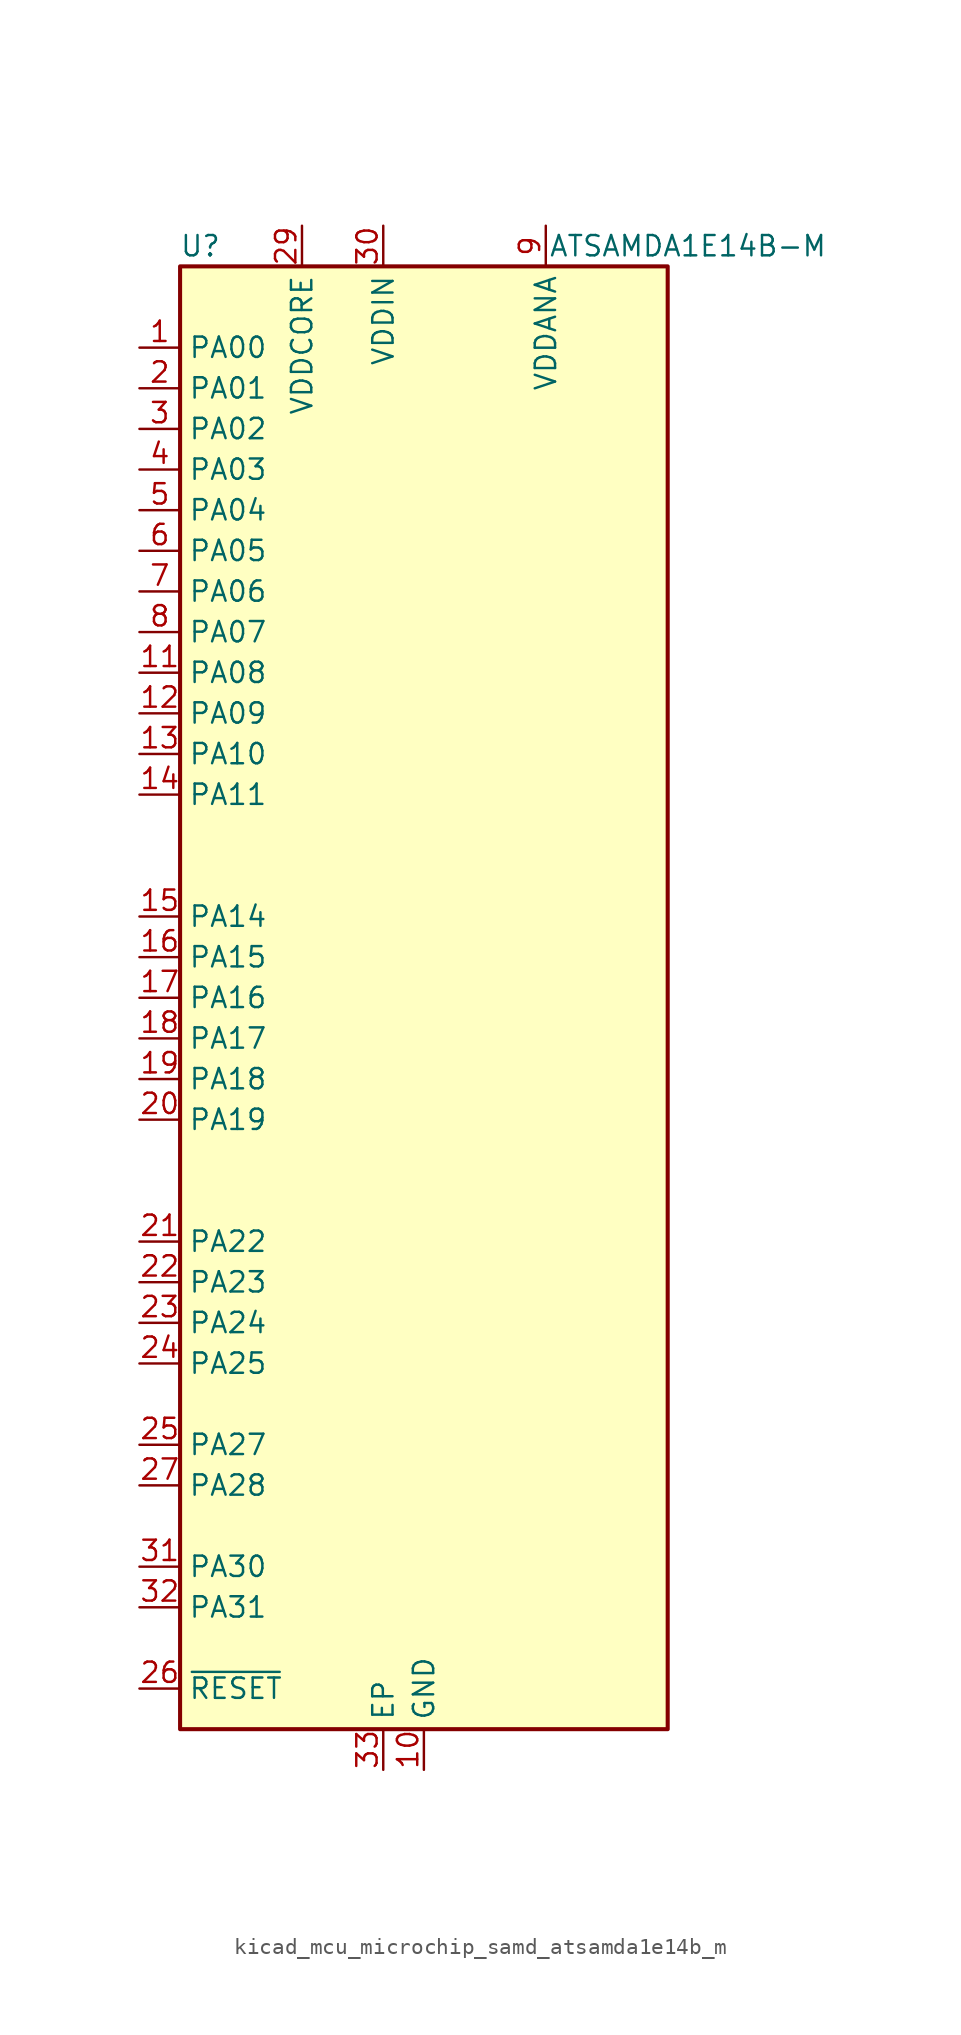
<source format=kicad_sym>
(kicad_symbol_lib
  (version 20220914)
  (generator kicad_symbol_editor)
  (symbol "kicad_mcu_microchip_samd_atsamda1e14b_m"
    (property "Reference" "U"
      (at -13.97 46.99 0)
      (effects (font (size 1.27 1.27))))
    (property "Value" "ATSAMDA1E14B-M"
      (at 16.51 46.99 0)
      (effects (font (size 1.27 1.27))))
    (symbol "kicad_mcu_microchip_samd_atsamda1e14b_m_1_1"
      (rectangle (start -15.24 45.72) (end 15.24 -45.72) (stroke (width 0.254) (type default)) (fill (type background)))
      (pin bidirectional line (at -17.78 40.64 0) (length 2.54) (name "PA00" (effects (font (size 1.27 1.27)))) (number "1" (effects (font (size 1.27 1.27)))))
      (pin power_in line (at 0 -48.26 90) (length 2.54) (name "GND" (effects (font (size 1.27 1.27)))) (number "10" (effects (font (size 1.27 1.27)))))
      (pin bidirectional line (at -17.78 20.32 0) (length 2.54) (name "PA08" (effects (font (size 1.27 1.27)))) (number "11" (effects (font (size 1.27 1.27)))))
      (pin bidirectional line (at -17.78 17.78 0) (length 2.54) (name "PA09" (effects (font (size 1.27 1.27)))) (number "12" (effects (font (size 1.27 1.27)))))
      (pin bidirectional line (at -17.78 15.24 0) (length 2.54) (name "PA10" (effects (font (size 1.27 1.27)))) (number "13" (effects (font (size 1.27 1.27)))))
      (pin bidirectional line (at -17.78 12.7 0) (length 2.54) (name "PA11" (effects (font (size 1.27 1.27)))) (number "14" (effects (font (size 1.27 1.27)))))
      (pin bidirectional line (at -17.78 5.08 0) (length 2.54) (name "PA14" (effects (font (size 1.27 1.27)))) (number "15" (effects (font (size 1.27 1.27)))))
      (pin bidirectional line (at -17.78 2.54 0) (length 2.54) (name "PA15" (effects (font (size 1.27 1.27)))) (number "16" (effects (font (size 1.27 1.27)))))
      (pin bidirectional line (at -17.78 0 0) (length 2.54) (name "PA16" (effects (font (size 1.27 1.27)))) (number "17" (effects (font (size 1.27 1.27)))))
      (pin bidirectional line (at -17.78 -2.54 0) (length 2.54) (name "PA17" (effects (font (size 1.27 1.27)))) (number "18" (effects (font (size 1.27 1.27)))))
      (pin bidirectional line (at -17.78 -5.08 0) (length 2.54) (name "PA18" (effects (font (size 1.27 1.27)))) (number "19" (effects (font (size 1.27 1.27)))))
      (pin bidirectional line (at -17.78 38.1 0) (length 2.54) (name "PA01" (effects (font (size 1.27 1.27)))) (number "2" (effects (font (size 1.27 1.27)))))
      (pin bidirectional line (at -17.78 -7.62 0) (length 2.54) (name "PA19" (effects (font (size 1.27 1.27)))) (number "20" (effects (font (size 1.27 1.27)))))
      (pin bidirectional line (at -17.78 -15.24 0) (length 2.54) (name "PA22" (effects (font (size 1.27 1.27)))) (number "21" (effects (font (size 1.27 1.27)))))
      (pin bidirectional line (at -17.78 -17.78 0) (length 2.54) (name "PA23" (effects (font (size 1.27 1.27)))) (number "22" (effects (font (size 1.27 1.27)))))
      (pin bidirectional line (at -17.78 -20.32 0) (length 2.54) (name "PA24" (effects (font (size 1.27 1.27)))) (number "23" (effects (font (size 1.27 1.27)))))
      (pin bidirectional line (at -17.78 -22.86 0) (length 2.54) (name "PA25" (effects (font (size 1.27 1.27)))) (number "24" (effects (font (size 1.27 1.27)))))
      (pin bidirectional line (at -17.78 -27.94 0) (length 2.54) (name "PA27" (effects (font (size 1.27 1.27)))) (number "25" (effects (font (size 1.27 1.27)))))
      (pin input line (at -17.78 -43.18 0) (length 2.54) (name "~{RESET}" (effects (font (size 1.27 1.27)))) (number "26" (effects (font (size 1.27 1.27)))))
      (pin bidirectional line (at -17.78 -30.48 0) (length 2.54) (name "PA28" (effects (font (size 1.27 1.27)))) (number "27" (effects (font (size 1.27 1.27)))))
      (pin passive line (at 0 -48.26 90) (length 2.54) hide (name "GND" (effects (font (size 1.27 1.27)))) (number "28" (effects (font (size 1.27 1.27)))))
      (pin power_out line (at -7.62 48.26 270) (length 2.54) (name "VDDCORE" (effects (font (size 1.27 1.27)))) (number "29" (effects (font (size 1.27 1.27)))))
      (pin bidirectional line (at -17.78 35.56 0) (length 2.54) (name "PA02" (effects (font (size 1.27 1.27)))) (number "3" (effects (font (size 1.27 1.27)))))
      (pin power_in line (at -2.54 48.26 270) (length 2.54) (name "VDDIN" (effects (font (size 1.27 1.27)))) (number "30" (effects (font (size 1.27 1.27)))))
      (pin bidirectional line (at -17.78 -35.56 0) (length 2.54) (name "PA30" (effects (font (size 1.27 1.27)))) (number "31" (effects (font (size 1.27 1.27)))))
      (pin bidirectional line (at -17.78 -38.1 0) (length 2.54) (name "PA31" (effects (font (size 1.27 1.27)))) (number "32" (effects (font (size 1.27 1.27)))))
      (pin passive line (at -2.54 -48.26 90) (length 2.54) (name "EP" (effects (font (size 1.27 1.27)))) (number "33" (effects (font (size 1.27 1.27)))))
      (pin bidirectional line (at -17.78 33.02 0) (length 2.54) (name "PA03" (effects (font (size 1.27 1.27)))) (number "4" (effects (font (size 1.27 1.27)))))
      (pin bidirectional line (at -17.78 30.48 0) (length 2.54) (name "PA04" (effects (font (size 1.27 1.27)))) (number "5" (effects (font (size 1.27 1.27)))))
      (pin bidirectional line (at -17.78 27.94 0) (length 2.54) (name "PA05" (effects (font (size 1.27 1.27)))) (number "6" (effects (font (size 1.27 1.27)))))
      (pin bidirectional line (at -17.78 25.4 0) (length 2.54) (name "PA06" (effects (font (size 1.27 1.27)))) (number "7" (effects (font (size 1.27 1.27)))))
      (pin bidirectional line (at -17.78 22.86 0) (length 2.54) (name "PA07" (effects (font (size 1.27 1.27)))) (number "8" (effects (font (size 1.27 1.27)))))
      (pin power_in line (at 7.62 48.26 270) (length 2.54) (name "VDDANA" (effects (font (size 1.27 1.27)))) (number "9" (effects (font (size 1.27 1.27))))))))
</source>
